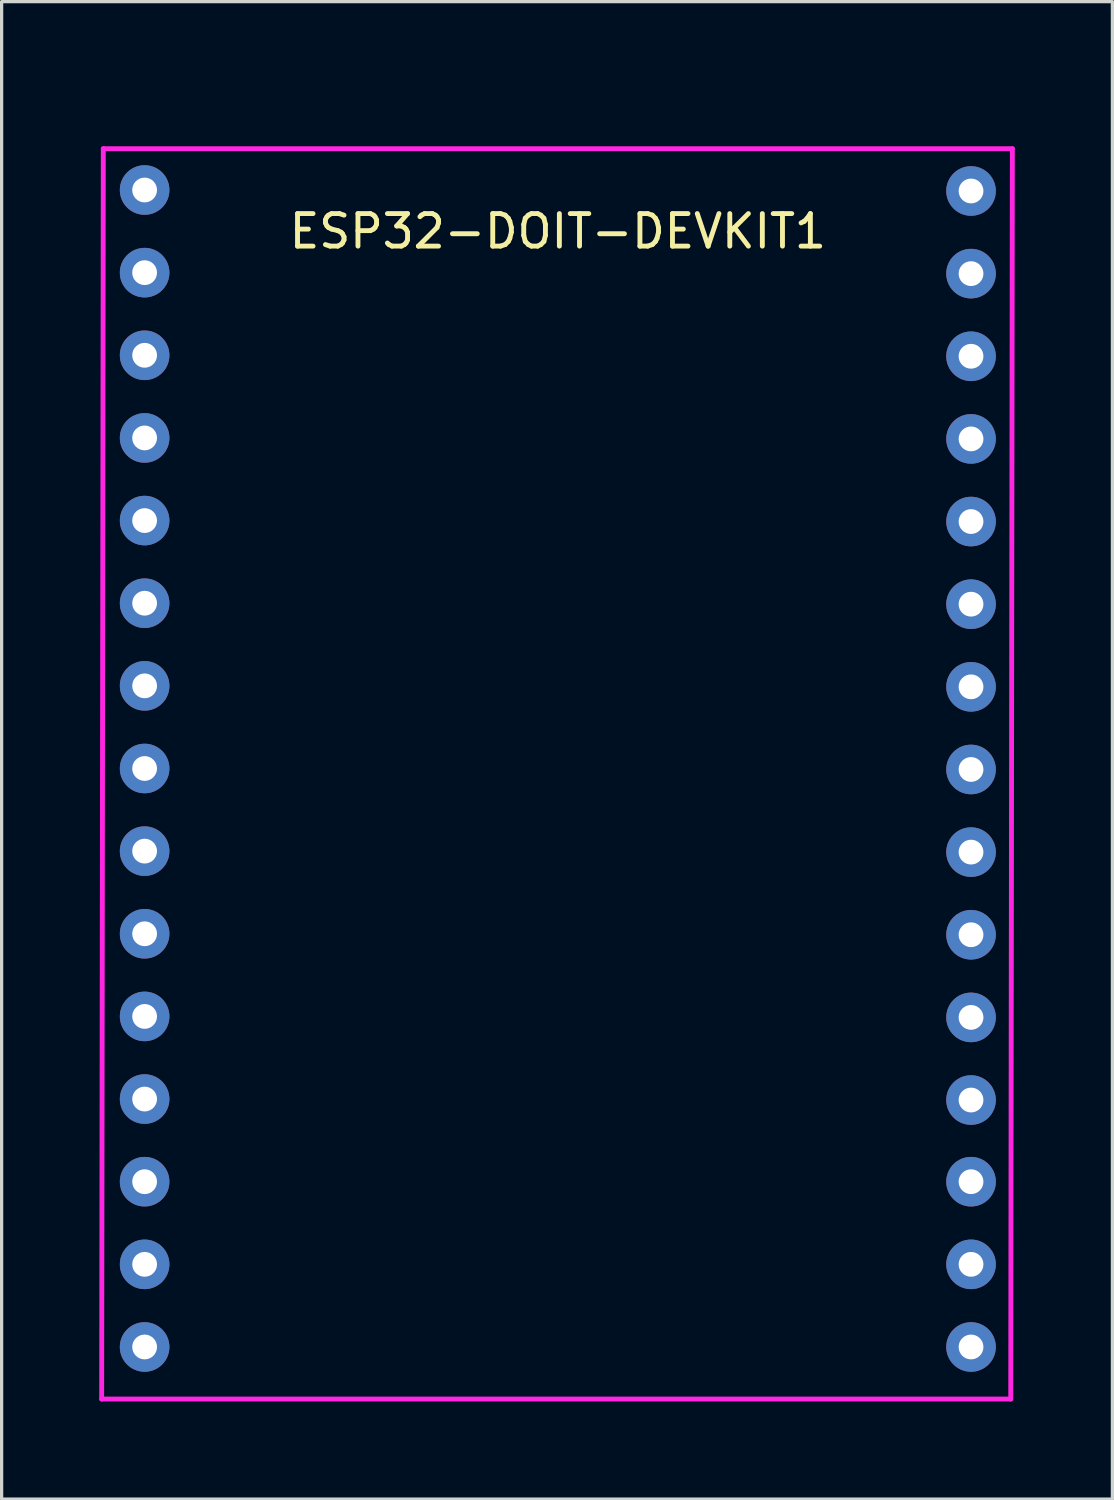
<source format=kicad_pcb>
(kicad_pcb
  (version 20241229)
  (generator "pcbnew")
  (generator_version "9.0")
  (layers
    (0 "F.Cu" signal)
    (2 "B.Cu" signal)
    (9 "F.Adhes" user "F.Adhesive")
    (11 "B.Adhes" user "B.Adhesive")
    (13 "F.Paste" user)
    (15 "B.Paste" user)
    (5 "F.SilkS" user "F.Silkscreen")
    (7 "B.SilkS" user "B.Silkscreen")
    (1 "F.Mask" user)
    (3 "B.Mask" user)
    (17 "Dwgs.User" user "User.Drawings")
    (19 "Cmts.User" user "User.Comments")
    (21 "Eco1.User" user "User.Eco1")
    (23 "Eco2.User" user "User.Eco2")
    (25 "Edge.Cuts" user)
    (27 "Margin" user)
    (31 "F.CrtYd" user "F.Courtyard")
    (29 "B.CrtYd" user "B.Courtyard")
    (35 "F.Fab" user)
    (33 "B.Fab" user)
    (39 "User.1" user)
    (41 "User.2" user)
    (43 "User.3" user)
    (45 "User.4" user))
  (footprint "ESP32-DOIT-DEVKIT1"
    (layer "F.Cu")
    (at 14.095 0.25)
    (property "Reference" "ESP32-DOIT-DEVKIT1" (at 0 3.81 0) (layer "F.SilkS") (effects (font (size 1 1) (thickness 0.15))))
    (attr through_hole)
    (fp_line (start -14.02 39.7) (end -13.97 1.27) (stroke (width 0.15) (type solid)) (layer "F.CrtYd"))
    (fp_line (start -14.02 39.7) (end 13.92 39.7) (stroke (width 0.15) (type solid)) (layer "F.CrtYd"))
    (fp_line (start -13.97 1.27) (end 13.97 1.27) (stroke (width 0.15) (type solid)) (layer "F.CrtYd"))
    (fp_line (start 13.97 1.27) (end 13.92 39.7) (stroke (width 0.15) (type solid)) (layer "F.CrtYd"))
    (pad "1" thru_hole circle (at -12.7 2.54) (size 1.524 1.524) (drill 0.762) (layers "*.Cu" "*.Mask"))
    (pad "2" thru_hole circle (at -12.7 5.08) (size 1.524 1.524) (drill 0.762) (layers "*.Cu" "*.Mask"))
    (pad "3" thru_hole circle (at -12.7 7.62) (size 1.524 1.524) (drill 0.762) (layers "*.Cu" "*.Mask"))
    (pad "4" thru_hole circle (at -12.7 10.16) (size 1.524 1.524) (drill 0.762) (layers "*.Cu" "*.Mask"))
    (pad "5" thru_hole circle (at -12.7 12.7) (size 1.524 1.524) (drill 0.762) (layers "*.Cu" "*.Mask"))
    (pad "6" thru_hole circle (at -12.7 15.24) (size 1.524 1.524) (drill 0.762) (layers "*.Cu" "*.Mask"))
    (pad "7" thru_hole circle (at -12.7 17.78) (size 1.524 1.524) (drill 0.762) (layers "*.Cu" "*.Mask"))
    (pad "8" thru_hole circle (at -12.7 20.32) (size 1.524 1.524) (drill 0.762) (layers "*.Cu" "*.Mask"))
    (pad "9" thru_hole circle (at -12.7 22.86) (size 1.524 1.524) (drill 0.762) (layers "*.Cu" "*.Mask"))
    (pad "10" thru_hole circle (at -12.7 25.4) (size 1.524 1.524) (drill 0.762) (layers "*.Cu" "*.Mask"))
    (pad "11" thru_hole circle (at -12.7 27.94) (size 1.524 1.524) (drill 0.762) (layers "*.Cu" "*.Mask"))
    (pad "12" thru_hole circle (at -12.7 30.48) (size 1.524 1.524) (drill 0.762) (layers "*.Cu" "*.Mask"))
    (pad "13" thru_hole circle (at -12.7 33.02) (size 1.524 1.524) (drill 0.762) (layers "*.Cu" "*.Mask"))
    (pad "14" thru_hole circle (at -12.7 35.56) (size 1.524 1.524) (drill 0.762) (layers "*.Cu" "*.Mask"))
    (pad "15" thru_hole circle (at -12.7 38.1) (size 1.524 1.524) (drill 0.762) (layers "*.Cu" "*.Mask"))
    (pad "16" thru_hole circle (at 12.7 38.1) (size 1.524 1.524) (drill 0.762) (layers "*.Cu" "*.Mask"))
    (pad "17" thru_hole circle (at 12.7 35.56) (size 1.524 1.524) (drill 0.762) (layers "*.Cu" "*.Mask"))
    (pad "18" thru_hole circle (at 12.7 33.02) (size 1.524 1.524) (drill 0.762) (layers "*.Cu" "*.Mask"))
    (pad "19" thru_hole circle (at 12.7 30.51) (size 1.524 1.524) (drill 0.762) (layers "*.Cu" "*.Mask"))
    (pad "20" thru_hole circle (at 12.7 27.97) (size 1.524 1.524) (drill 0.762) (layers "*.Cu" "*.Mask"))
    (pad "21" thru_hole circle (at 12.7 25.43) (size 1.524 1.524) (drill 0.762) (layers "*.Cu" "*.Mask"))
    (pad "22" thru_hole circle (at 12.7 22.89) (size 1.524 1.524) (drill 0.762) (layers "*.Cu" "*.Mask"))
    (pad "23" thru_hole circle (at 12.7 20.35) (size 1.524 1.524) (drill 0.762) (layers "*.Cu" "*.Mask"))
    (pad "24" thru_hole circle (at 12.7 17.81) (size 1.524 1.524) (drill 0.762) (layers "*.Cu" "*.Mask"))
    (pad "25" thru_hole circle (at 12.7 15.27) (size 1.524 1.524) (drill 0.762) (layers "*.Cu" "*.Mask"))
    (pad "26" thru_hole circle (at 12.7 12.73) (size 1.524 1.524) (drill 0.762) (layers "*.Cu" "*.Mask"))
    (pad "27" thru_hole circle (at 12.7 10.19) (size 1.524 1.524) (drill 0.762) (layers "*.Cu" "*.Mask"))
    (pad "28" thru_hole circle (at 12.7 7.65) (size 1.524 1.524) (drill 0.762) (layers "*.Cu" "*.Mask"))
    (pad "29" thru_hole circle (at 12.7 5.11) (size 1.524 1.524) (drill 0.762) (layers "*.Cu" "*.Mask"))
    (pad "30" thru_hole circle (at 12.7 2.57) (size 1.524 1.524) (drill 0.762) (layers "*.Cu" "*.Mask")))
  (gr_rect
    (start -3 -3)
    (end 31.14 43.025)
    (stroke (width 0.1) (type default))
    (fill no)
    (layer "Edge.Cuts")))
</source>
